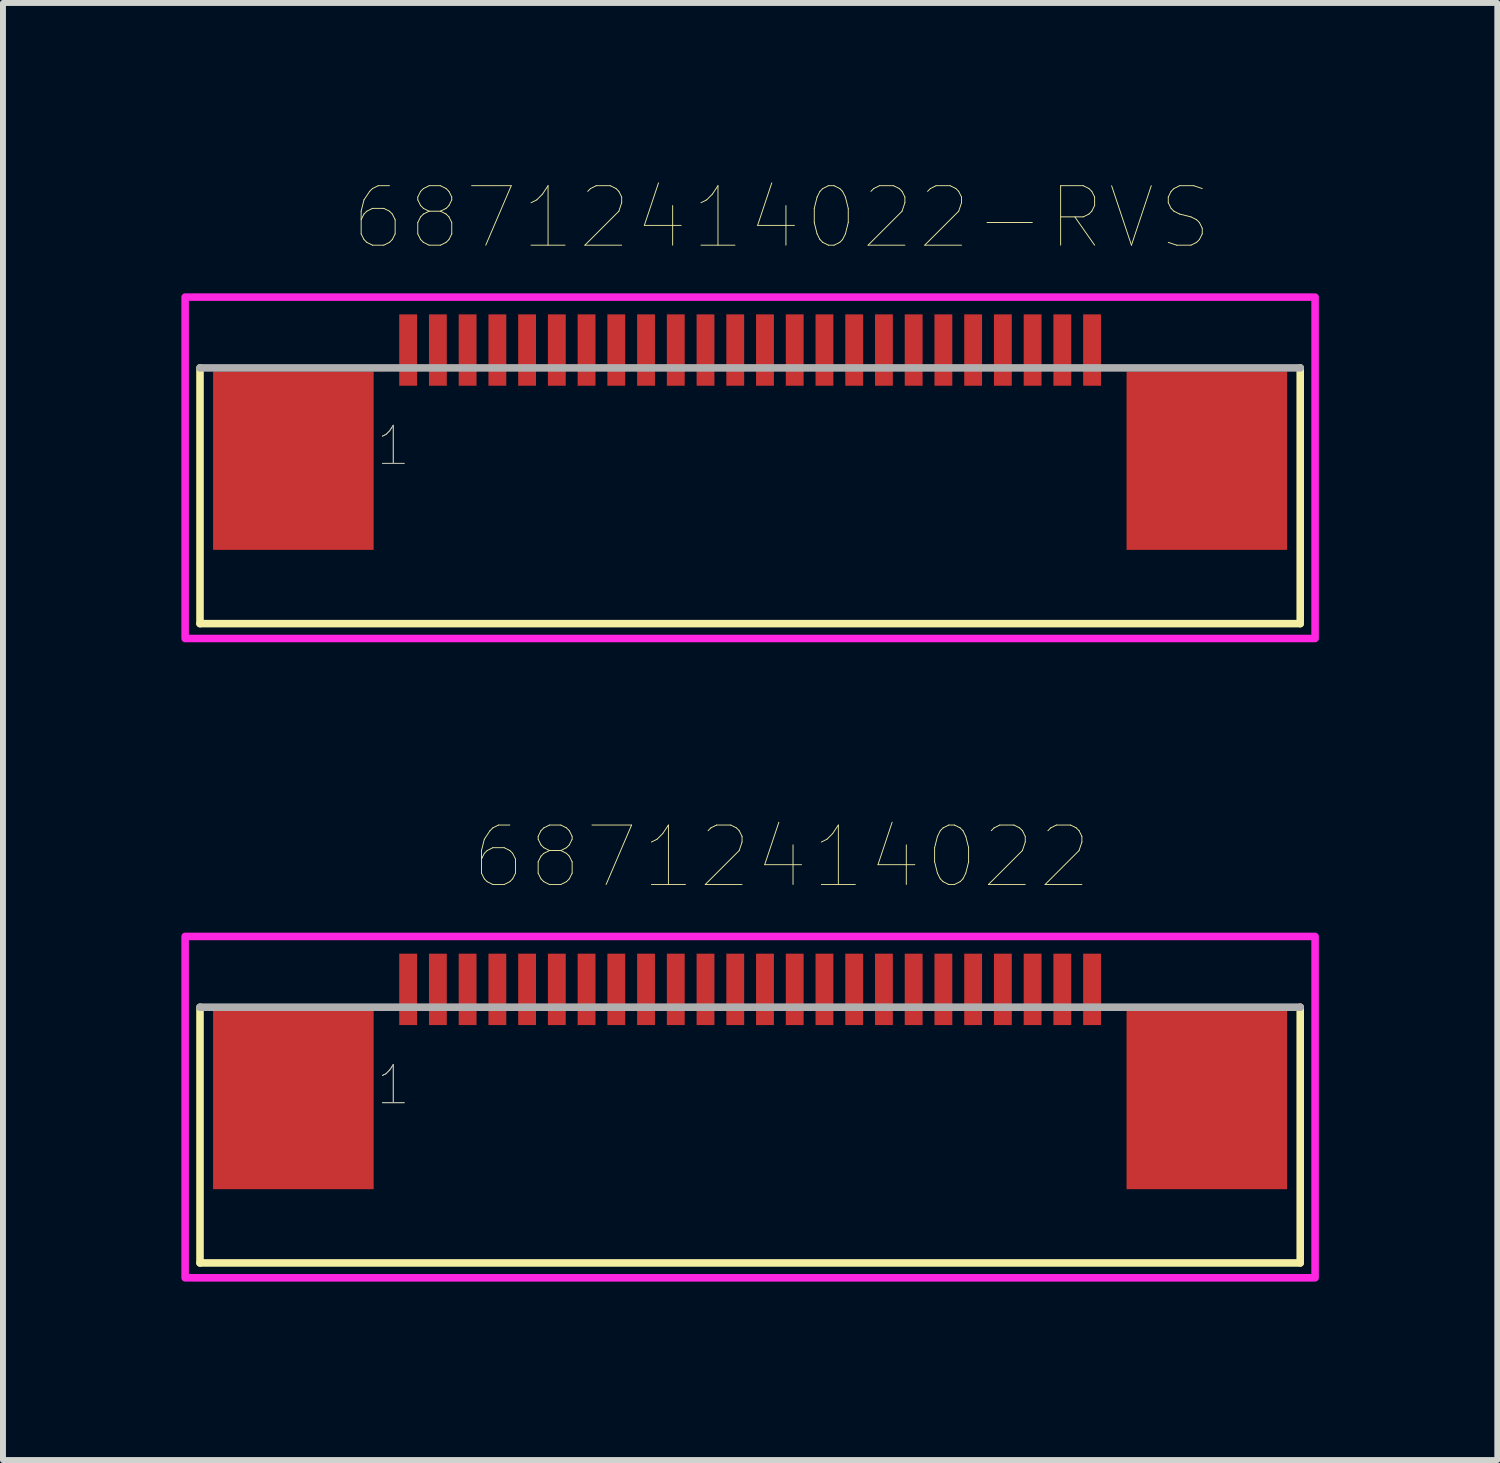
<source format=kicad_pcb>
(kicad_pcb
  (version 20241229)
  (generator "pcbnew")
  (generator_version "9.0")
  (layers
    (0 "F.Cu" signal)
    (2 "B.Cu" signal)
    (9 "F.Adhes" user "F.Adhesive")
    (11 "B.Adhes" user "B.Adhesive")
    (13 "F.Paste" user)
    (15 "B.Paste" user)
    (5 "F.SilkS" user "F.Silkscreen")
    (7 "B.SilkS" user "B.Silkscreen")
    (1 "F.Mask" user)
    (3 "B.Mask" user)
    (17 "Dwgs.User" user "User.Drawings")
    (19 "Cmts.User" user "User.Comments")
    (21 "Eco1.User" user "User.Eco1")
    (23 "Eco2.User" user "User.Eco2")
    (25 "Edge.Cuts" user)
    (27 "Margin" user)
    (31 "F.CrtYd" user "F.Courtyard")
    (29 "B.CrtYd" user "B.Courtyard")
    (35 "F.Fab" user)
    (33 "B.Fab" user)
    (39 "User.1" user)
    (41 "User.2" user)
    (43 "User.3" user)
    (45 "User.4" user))
  (footprint "68712414022-RVS"
    (layer "F.Cu")
    (at 9.563 4.696)
    (property "Reference" "68712414022-RVS" (at 0.531 -4.085 0) (layer "F.SilkS") (effects (font (size 1 1) (thickness 0.015))))
    (attr through_hole)
    (fp_line (start -9.25 -1.56) (end -9.25 2.74) (stroke (width 0.127) (type solid)) (layer "F.SilkS"))
    (fp_line (start -9.25 2.74) (end 9.25 2.74) (stroke (width 0.127) (type solid)) (layer "F.SilkS"))
    (fp_line (start 9.25 2.74) (end 9.25 -1.56) (stroke (width 0.127) (type solid)) (layer "F.SilkS"))
    (fp_poly (pts (xy -9.5 -2.75) (xy 9.5 -2.75) (xy 9.5 2.99) (xy -9.5 2.99)) (stroke (width 0.127) (type solid)) (fill no) (layer "F.CrtYd"))
    (fp_line (start 9.25 -1.56) (end -9.25 -1.56) (stroke (width 0.127) (type solid)) (layer "F.Fab"))
    (fp_text user "1" (at -6 -0.25 0) (layer "F.SilkS") (effects (font (size 0.64 0.64) (thickness 0.015))))
    (fp_text user "1" (at -6 -0.25 0) (layer "F.Fab") (effects (font (size 0.64 0.64) (thickness 0.015))))
    (pad "1" smd rect (at -5.75 -1.86) (size 0.3 1.2) (layers "F.Cu" "F.Mask" "F.Paste"))
    (pad "2" smd rect (at -5.25 -1.86) (size 0.3 1.2) (layers "F.Cu" "F.Mask" "F.Paste"))
    (pad "3" smd rect (at -4.75 -1.86) (size 0.3 1.2) (layers "F.Cu" "F.Mask" "F.Paste"))
    (pad "4" smd rect (at -4.25 -1.86) (size 0.3 1.2) (layers "F.Cu" "F.Mask" "F.Paste"))
    (pad "5" smd rect (at -3.75 -1.86) (size 0.3 1.2) (layers "F.Cu" "F.Mask" "F.Paste"))
    (pad "6" smd rect (at -3.25 -1.86) (size 0.3 1.2) (layers "F.Cu" "F.Mask" "F.Paste"))
    (pad "7" smd rect (at -2.75 -1.86) (size 0.3 1.2) (layers "F.Cu" "F.Mask" "F.Paste"))
    (pad "8" smd rect (at -2.25 -1.86) (size 0.3 1.2) (layers "F.Cu" "F.Mask" "F.Paste"))
    (pad "9" smd rect (at -1.75 -1.86) (size 0.3 1.2) (layers "F.Cu" "F.Mask" "F.Paste"))
    (pad "10" smd rect (at -1.25 -1.86) (size 0.3 1.2) (layers "F.Cu" "F.Mask" "F.Paste"))
    (pad "11" smd rect (at -0.75 -1.86) (size 0.3 1.2) (layers "F.Cu" "F.Mask" "F.Paste"))
    (pad "12" smd rect (at -0.25 -1.86) (size 0.3 1.2) (layers "F.Cu" "F.Mask" "F.Paste"))
    (pad "13" smd rect (at 0.25 -1.86) (size 0.3 1.2) (layers "F.Cu" "F.Mask" "F.Paste"))
    (pad "14" smd rect (at 0.75 -1.86) (size 0.3 1.2) (layers "F.Cu" "F.Mask" "F.Paste"))
    (pad "15" smd rect (at 1.25 -1.86) (size 0.3 1.2) (layers "F.Cu" "F.Mask" "F.Paste"))
    (pad "16" smd rect (at 1.75 -1.86) (size 0.3 1.2) (layers "F.Cu" "F.Mask" "F.Paste"))
    (pad "17" smd rect (at 2.25 -1.86) (size 0.3 1.2) (layers "F.Cu" "F.Mask" "F.Paste"))
    (pad "18" smd rect (at 2.75 -1.86) (size 0.3 1.2) (layers "F.Cu" "F.Mask" "F.Paste"))
    (pad "19" smd rect (at 3.25 -1.86) (size 0.3 1.2) (layers "F.Cu" "F.Mask" "F.Paste"))
    (pad "20" smd rect (at 3.75 -1.86) (size 0.3 1.2) (layers "F.Cu" "F.Mask" "F.Paste"))
    (pad "21" smd rect (at 4.25 -1.86) (size 0.3 1.2) (layers "F.Cu" "F.Mask" "F.Paste"))
    (pad "22" smd rect (at 4.75 -1.86) (size 0.3 1.2) (layers "F.Cu" "F.Mask" "F.Paste"))
    (pad "23" smd rect (at 5.25 -1.86) (size 0.3 1.2) (layers "F.Cu" "F.Mask" "F.Paste"))
    (pad "24" smd rect (at 5.75 -1.86) (size 0.3 1.2) (layers "F.Cu" "F.Mask" "F.Paste"))
    (pad "Z1" smd rect (at -7.68 0) (size 2.7 3) (layers "F.Cu" "F.Mask" "F.Paste"))
    (pad "Z2" smd rect (at 7.68 0) (size 2.7 3) (layers "F.Cu" "F.Mask" "F.Paste")))
  (footprint "68712414022"
    (layer "F.Cu")
    (at 9.563 15.446)
    (property "Reference" "68712414022" (at 0.531 -4.085 0) (layer "F.SilkS") (effects (font (size 1 1) (thickness 0.015))))
    (attr through_hole)
    (fp_line (start -9.25 -1.56) (end -9.25 2.74) (stroke (width 0.127) (type solid)) (layer "F.SilkS"))
    (fp_line (start -9.25 2.74) (end 9.25 2.74) (stroke (width 0.127) (type solid)) (layer "F.SilkS"))
    (fp_line (start 9.25 2.74) (end 9.25 -1.56) (stroke (width 0.127) (type solid)) (layer "F.SilkS"))
    (fp_poly (pts (xy -9.5 -2.75) (xy 9.5 -2.75) (xy 9.5 2.99) (xy -9.5 2.99)) (stroke (width 0.127) (type solid)) (fill no) (layer "F.CrtYd"))
    (fp_line (start 9.25 -1.56) (end -9.25 -1.56) (stroke (width 0.127) (type solid)) (layer "F.Fab"))
    (fp_text user "1" (at -6 -0.25 0) (layer "F.SilkS") (effects (font (size 0.64 0.64) (thickness 0.015))))
    (fp_text user "1" (at -6 -0.25 0) (layer "F.Fab") (effects (font (size 0.64 0.64) (thickness 0.015))))
    (pad "1" smd rect (at -5.75 -1.86) (size 0.3 1.2) (layers "F.Cu" "F.Mask" "F.Paste"))
    (pad "2" smd rect (at -5.25 -1.86) (size 0.3 1.2) (layers "F.Cu" "F.Mask" "F.Paste"))
    (pad "3" smd rect (at -4.75 -1.86) (size 0.3 1.2) (layers "F.Cu" "F.Mask" "F.Paste"))
    (pad "4" smd rect (at -4.25 -1.86) (size 0.3 1.2) (layers "F.Cu" "F.Mask" "F.Paste"))
    (pad "5" smd rect (at -3.75 -1.86) (size 0.3 1.2) (layers "F.Cu" "F.Mask" "F.Paste"))
    (pad "6" smd rect (at -3.25 -1.86) (size 0.3 1.2) (layers "F.Cu" "F.Mask" "F.Paste"))
    (pad "7" smd rect (at -2.75 -1.86) (size 0.3 1.2) (layers "F.Cu" "F.Mask" "F.Paste"))
    (pad "8" smd rect (at -2.25 -1.86) (size 0.3 1.2) (layers "F.Cu" "F.Mask" "F.Paste"))
    (pad "9" smd rect (at -1.75 -1.86) (size 0.3 1.2) (layers "F.Cu" "F.Mask" "F.Paste"))
    (pad "10" smd rect (at -1.25 -1.86) (size 0.3 1.2) (layers "F.Cu" "F.Mask" "F.Paste"))
    (pad "11" smd rect (at -0.75 -1.86) (size 0.3 1.2) (layers "F.Cu" "F.Mask" "F.Paste"))
    (pad "12" smd rect (at -0.25 -1.86) (size 0.3 1.2) (layers "F.Cu" "F.Mask" "F.Paste"))
    (pad "13" smd rect (at 0.25 -1.86) (size 0.3 1.2) (layers "F.Cu" "F.Mask" "F.Paste"))
    (pad "14" smd rect (at 0.75 -1.86) (size 0.3 1.2) (layers "F.Cu" "F.Mask" "F.Paste"))
    (pad "15" smd rect (at 1.25 -1.86) (size 0.3 1.2) (layers "F.Cu" "F.Mask" "F.Paste"))
    (pad "16" smd rect (at 1.75 -1.86) (size 0.3 1.2) (layers "F.Cu" "F.Mask" "F.Paste"))
    (pad "17" smd rect (at 2.25 -1.86) (size 0.3 1.2) (layers "F.Cu" "F.Mask" "F.Paste"))
    (pad "18" smd rect (at 2.75 -1.86) (size 0.3 1.2) (layers "F.Cu" "F.Mask" "F.Paste"))
    (pad "19" smd rect (at 3.25 -1.86) (size 0.3 1.2) (layers "F.Cu" "F.Mask" "F.Paste"))
    (pad "20" smd rect (at 3.75 -1.86) (size 0.3 1.2) (layers "F.Cu" "F.Mask" "F.Paste"))
    (pad "21" smd rect (at 4.25 -1.86) (size 0.3 1.2) (layers "F.Cu" "F.Mask" "F.Paste"))
    (pad "22" smd rect (at 4.75 -1.86) (size 0.3 1.2) (layers "F.Cu" "F.Mask" "F.Paste"))
    (pad "23" smd rect (at 5.25 -1.86) (size 0.3 1.2) (layers "F.Cu" "F.Mask" "F.Paste"))
    (pad "24" smd rect (at 5.75 -1.86) (size 0.3 1.2) (layers "F.Cu" "F.Mask" "F.Paste"))
    (pad "Z1" smd rect (at -7.68 0) (size 2.7 3) (layers "F.Cu" "F.Mask" "F.Paste"))
    (pad "Z2" smd rect (at 7.68 0) (size 2.7 3) (layers "F.Cu" "F.Mask" "F.Paste")))
  (gr_rect
    (start -3 -3)
    (end 22.127 21.5)
    (stroke (width 0.1) (type default))
    (fill no)
    (layer "Edge.Cuts")))
</source>
